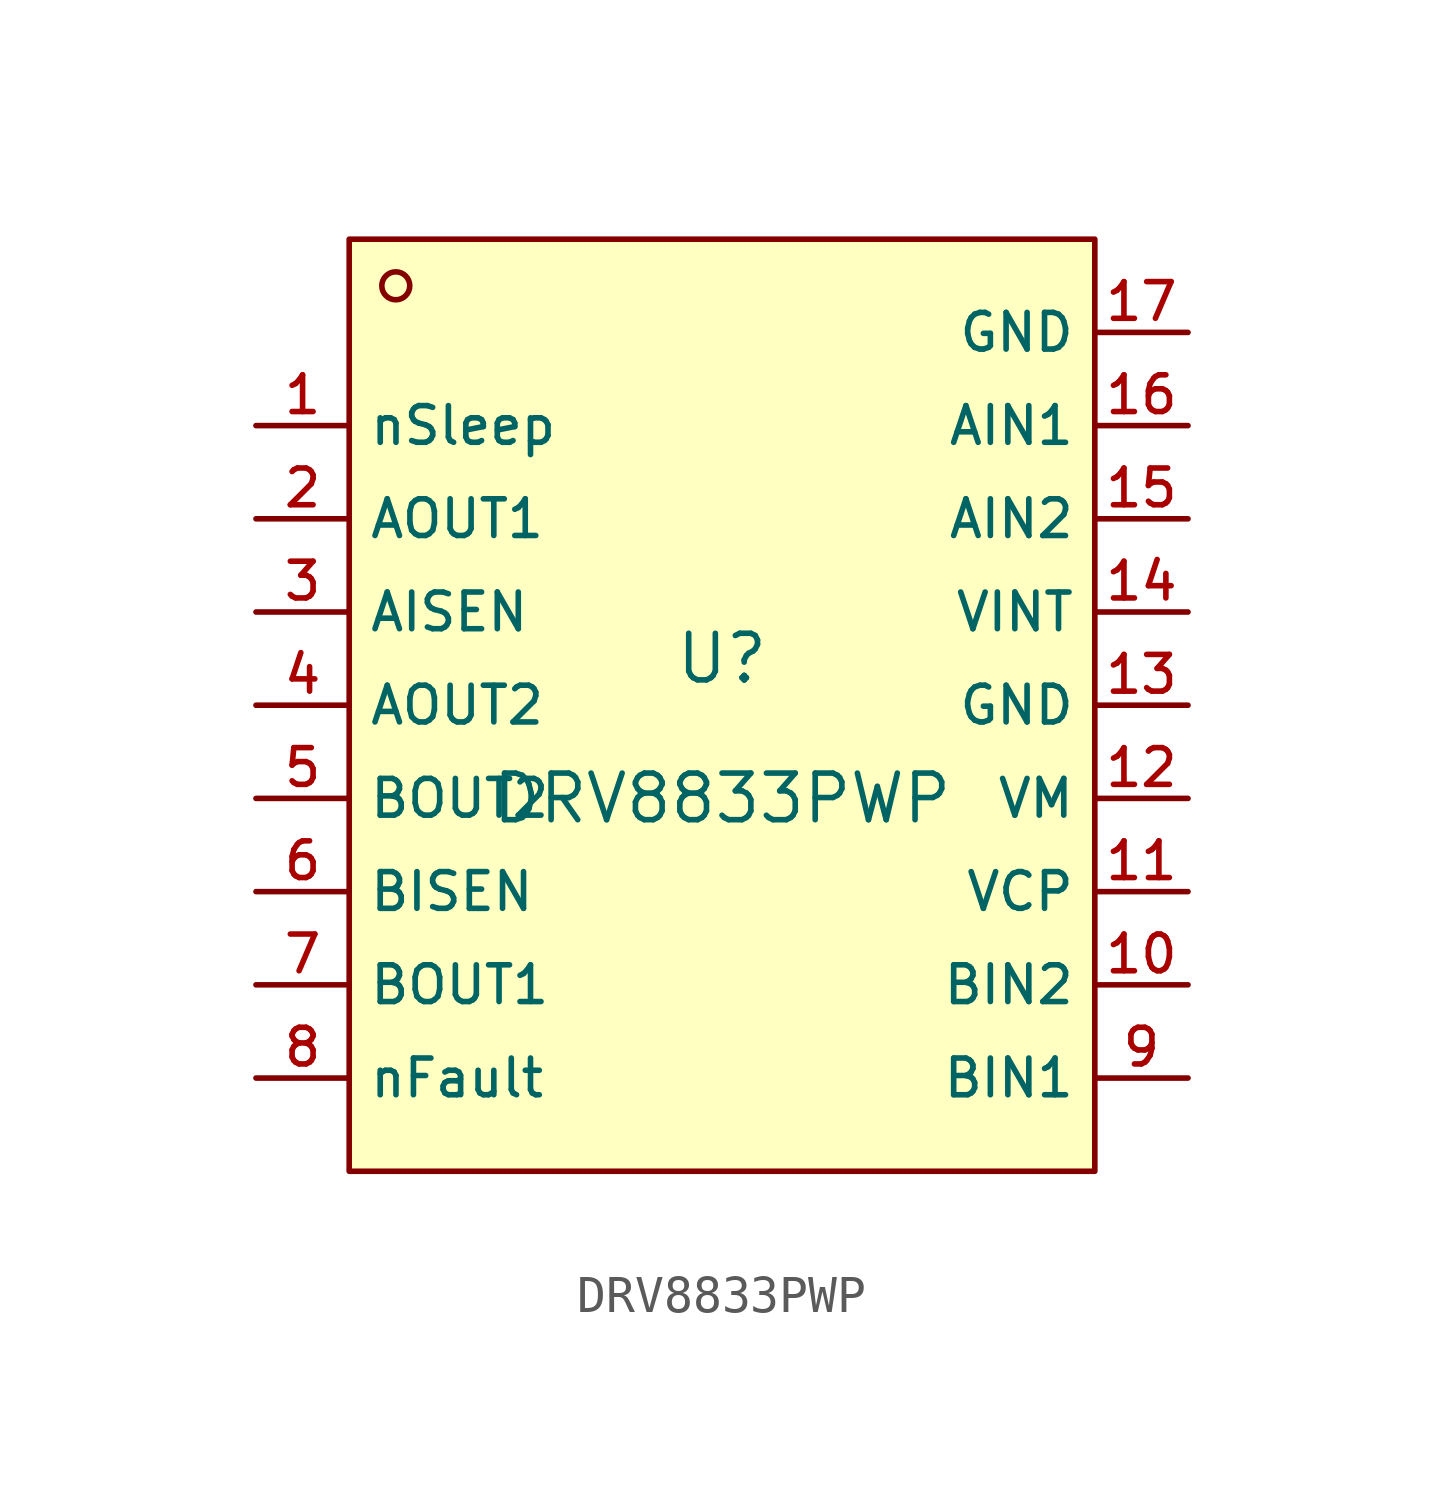
<source format=kicad_sym>
(kicad_symbol_lib
  (version 20210201)
  (generator TousstNicolas/JLC2KiCad_lib)
  (symbol "DRV8833PWP"
    (property "Reference" "U"
      (at 0 1.27 0)
      (effects (font (size 1.27 1.27))))
    (property "Value" "DRV8833PWP"
      (at 0 -2.54 0)
      (effects (font (size 1.27 1.27))))
    (symbol "DRV8833PWP_0_1"
      (rectangle (start -10.16 12.7) (end 10.16 -12.7) (stroke (width 0) (type default) (color 0 0 0 0)) (fill (type background)))
      (circle (center -8.89 11.43) (radius 0.381) (stroke (width 0) (type default) (color 0 0 0 0)) (fill (type background)))
      (pin unspecified line (at -12.7 7.62 0) (length 2.54) (name "nSleep" (effects (font (size 1 1)))) (number "1" (effects (font (size 1 1)))))
      (pin unspecified line (at -12.7 5.08 0) (length 2.54) (name "AOUT1" (effects (font (size 1 1)))) (number "2" (effects (font (size 1 1)))))
      (pin unspecified line (at -12.7 2.54 0) (length 2.54) (name "AISEN" (effects (font (size 1 1)))) (number "3" (effects (font (size 1 1)))))
      (pin unspecified line (at -12.7 -0.0 0) (length 2.54) (name "AOUT2" (effects (font (size 1 1)))) (number "4" (effects (font (size 1 1)))))
      (pin unspecified line (at -12.7 -2.54 0) (length 2.54) (name "BOUT2" (effects (font (size 1 1)))) (number "5" (effects (font (size 1 1)))))
      (pin unspecified line (at -12.7 -5.08 0) (length 2.54) (name "BISEN" (effects (font (size 1 1)))) (number "6" (effects (font (size 1 1)))))
      (pin unspecified line (at -12.7 -7.62 0) (length 2.54) (name "BOUT1" (effects (font (size 1 1)))) (number "7" (effects (font (size 1 1)))))
      (pin unspecified line (at -12.7 -10.16 0) (length 2.54) (name "nFault" (effects (font (size 1 1)))) (number "8" (effects (font (size 1 1)))))
      (pin unspecified line (at 12.7 -10.16 180) (length 2.54) (name "BIN1" (effects (font (size 1 1)))) (number "9" (effects (font (size 1 1)))))
      (pin unspecified line (at 12.7 -7.62 180) (length 2.54) (name "BIN2" (effects (font (size 1 1)))) (number "10" (effects (font (size 1 1)))))
      (pin unspecified line (at 12.7 -5.08 180) (length 2.54) (name "VCP" (effects (font (size 1 1)))) (number "11" (effects (font (size 1 1)))))
      (pin unspecified line (at 12.7 -2.54 180) (length 2.54) (name "VM" (effects (font (size 1 1)))) (number "12" (effects (font (size 1 1)))))
      (pin unspecified line (at 12.7 -0.0 180) (length 2.54) (name "GND" (effects (font (size 1 1)))) (number "13" (effects (font (size 1 1)))))
      (pin unspecified line (at 12.7 2.54 180) (length 2.54) (name "VINT" (effects (font (size 1 1)))) (number "14" (effects (font (size 1 1)))))
      (pin unspecified line (at 12.7 5.08 180) (length 2.54) (name "AIN2" (effects (font (size 1 1)))) (number "15" (effects (font (size 1 1)))))
      (pin unspecified line (at 12.7 7.62 180) (length 2.54) (name "AIN1" (effects (font (size 1 1)))) (number "16" (effects (font (size 1 1)))))
      (pin unspecified line (at 12.7 10.16 180) (length 2.54) (name "GND" (effects (font (size 1 1)))) (number "17" (effects (font (size 1 1))))))))
</source>
